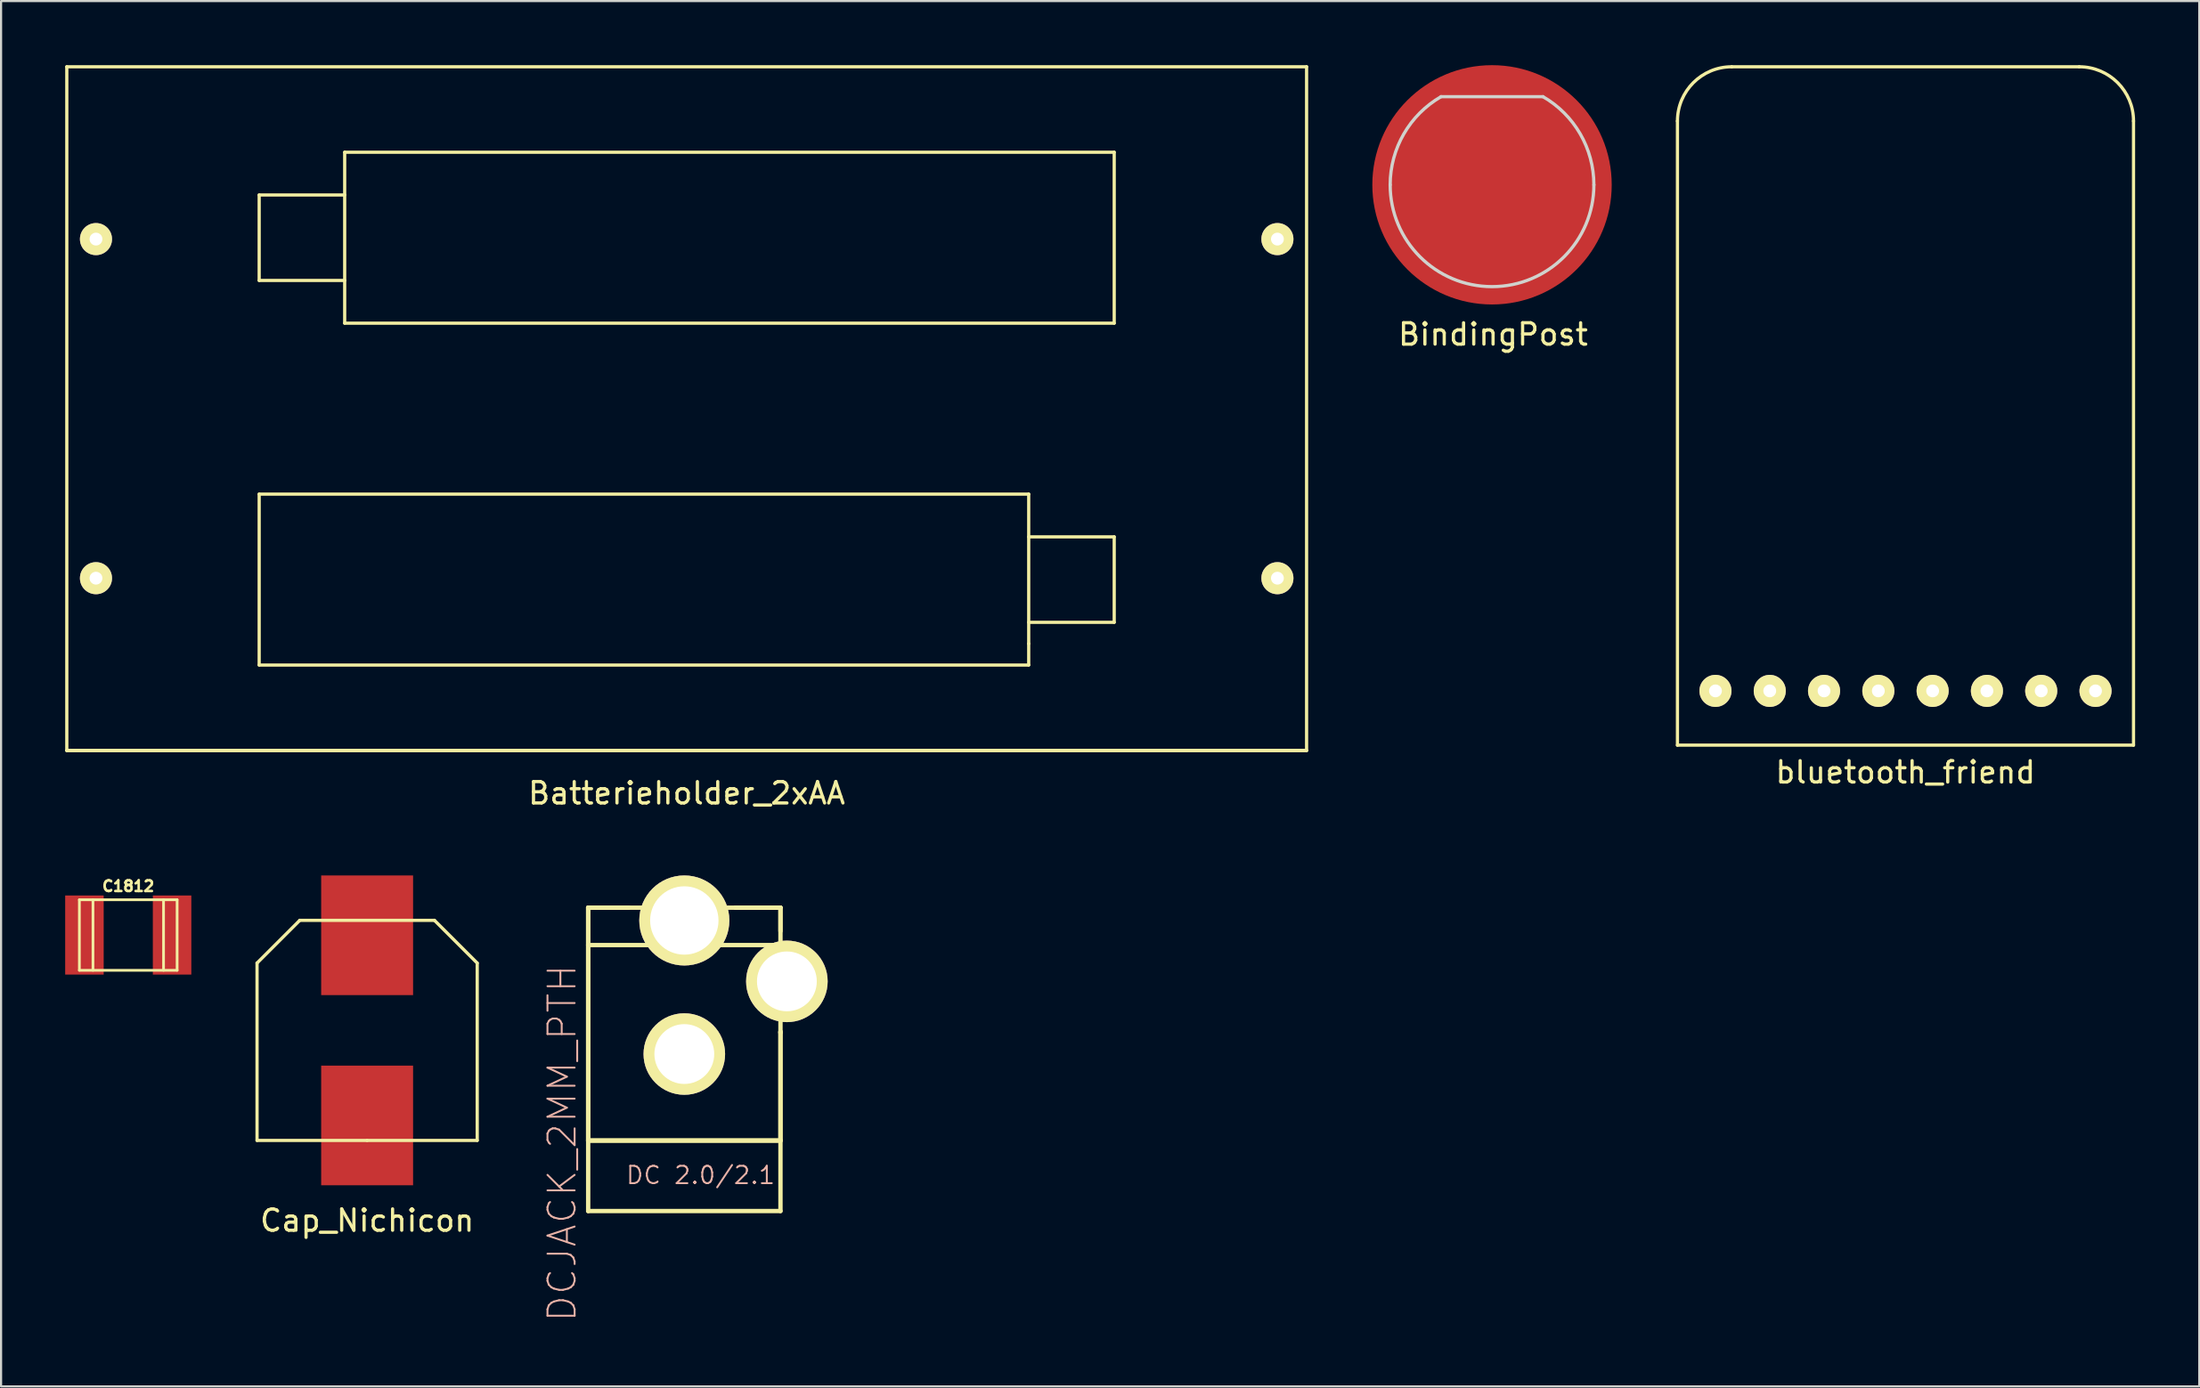
<source format=kicad_pcb>
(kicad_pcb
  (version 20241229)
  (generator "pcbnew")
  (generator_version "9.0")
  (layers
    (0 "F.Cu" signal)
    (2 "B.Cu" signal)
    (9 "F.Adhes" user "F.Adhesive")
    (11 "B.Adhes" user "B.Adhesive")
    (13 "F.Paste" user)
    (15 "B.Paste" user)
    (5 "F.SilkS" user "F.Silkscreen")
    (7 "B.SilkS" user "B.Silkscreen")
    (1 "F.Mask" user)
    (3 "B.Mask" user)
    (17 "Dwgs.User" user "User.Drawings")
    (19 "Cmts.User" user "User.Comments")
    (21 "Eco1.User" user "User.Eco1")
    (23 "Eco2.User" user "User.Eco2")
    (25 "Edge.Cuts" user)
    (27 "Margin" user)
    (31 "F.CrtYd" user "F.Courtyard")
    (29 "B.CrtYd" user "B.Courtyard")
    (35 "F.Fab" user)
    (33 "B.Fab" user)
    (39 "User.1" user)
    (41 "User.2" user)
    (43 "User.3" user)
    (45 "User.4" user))
  (footprint "BindingPost"
    (layer "F.Cu")
    (at 66.75 5.6)
    (property "Reference" "BindingPost" (at 0.05 7 0) (layer "F.SilkS") (effects (font (size 1 1) (thickness 0.15))))
    (attr through_hole)
    (fp_line (start -2.385 -4.125) (end 2.385 -4.125) (stroke (width 0.15) (type solid)) (layer "Edge.Cuts"))
    (fp_arc (start -4.765 0) (mid -4.126611 -2.3825) (end -2.3825 -4.126611) (stroke (width 0.15) (type solid)) (layer "Edge.Cuts"))
    (fp_arc (start 2.3825 -4.126611) (mid 4.126611 -2.3825) (end 4.765 0) (stroke (width 0.15) (type solid)) (layer "Edge.Cuts"))
    (fp_arc (start 4.765 0) (mid 0 4.765) (end -4.765 0) (stroke (width 0.15) (type solid)) (layer "Edge.Cuts"))
    (pad "1" smd circle (at 0 0) (size 11.2 11.2) (layers "F.Cu" "F.Mask" "F.Paste")))
  (footprint "DCJACK_2MM_PTH"
    (layer "F.Cu")
    (at 28.964 53.629)
    (property "Reference" "DCJACK_2MM_PTH" (at -5.715 -3.175 90) (layer "B.SilkS") (effects (font (size 1.27 1.27) (thickness 0.089))))
    (attr exclude_from_pos_files exclude_from_bom)
    (fp_line (start -4.498 -14.199) (end -2.598 -14.199) (stroke (width 0.203) (type solid)) (layer "F.SilkS"))
    (fp_line (start -4.498 -14.199) (end 2.649 -14.199) (stroke (width 0.203) (type solid)) (layer "F.SilkS"))
    (fp_line (start -4.498 -12.449) (end -4.498 -14.199) (stroke (width 0.203) (type solid)) (layer "F.SilkS"))
    (fp_line (start -4.498 -12.449) (end 4.399 -12.449) (stroke (width 0.203) (type solid)) (layer "F.SilkS"))
    (fp_line (start -4.498 -3.299) (end -4.498 -14.199) (stroke (width 0.203) (type solid)) (layer "F.SilkS"))
    (fp_line (start -4.498 -3.299) (end -4.498 -12.449) (stroke (width 0.203) (type solid)) (layer "F.SilkS"))
    (fp_line (start -4.498 -3.299) (end -4.498 0) (stroke (width 0.203) (type solid)) (layer "F.SilkS"))
    (fp_line (start -4.498 -3.299) (end 4.498 -3.299) (stroke (width 0.203) (type solid)) (layer "F.SilkS"))
    (fp_line (start -4.498 -3.299) (end 4.498 -3.299) (stroke (width 0.203) (type solid)) (layer "F.SilkS"))
    (fp_line (start 2.649 -14.199) (end 2.398 -14.199) (stroke (width 0.203) (type solid)) (layer "F.SilkS"))
    (fp_line (start 4.498 -14.199) (end 2.398 -14.199) (stroke (width 0.203) (type solid)) (layer "F.SilkS"))
    (fp_line (start 4.498 -14.199) (end 2.649 -14.199) (stroke (width 0.203) (type solid)) (layer "F.SilkS"))
    (fp_line (start 4.498 -14.199) (end 4.498 -13.099) (stroke (width 0.203) (type solid)) (layer "F.SilkS"))
    (fp_line (start 4.498 -14.199) (end 4.498 -8.349) (stroke (width 0.203) (type solid)) (layer "F.SilkS"))
    (fp_line (start 4.498 -8.349) (end 4.498 -8.4) (stroke (width 0.203) (type solid)) (layer "F.SilkS"))
    (fp_line (start 4.498 -3.299) (end 4.498 -8.4) (stroke (width 0.203) (type solid)) (layer "F.SilkS"))
    (fp_line (start 4.498 -3.299) (end 4.498 -8.349) (stroke (width 0.203) (type solid)) (layer "F.SilkS"))
    (fp_line (start 4.498 0) (end -4.498 0) (stroke (width 0.203) (type solid)) (layer "F.SilkS"))
    (fp_line (start 4.498 0) (end 4.498 -3.299) (stroke (width 0.203) (type solid)) (layer "F.SilkS"))
    (fp_text user "DC 2.0/2.1" (at 0.762 -1.676 0) (layer "B.SilkS") (effects (font (size 0.813 0.813) (thickness 0.089))))
    (pad "GND" thru_hole circle (at 0 -7.348) (size 3.815 3.815) (drill 2.799) (layers "*.Cu" "F.Mask" "F.SilkS" "F.Paste"))
    (pad "GNDB" thru_hole circle (at 4.798 -10.749) (size 3.815 3.815) (drill 2.799) (layers "*.Cu" "F.Mask" "F.SilkS" "F.Paste"))
    (pad "PWR" thru_hole circle (at 0 -13.599) (size 4.214 4.214) (drill 3.198) (layers "*.Cu" "F.Mask" "F.SilkS" "F.Paste")))
  (footprint "Cap_Nichicon"
    (layer "F.Cu")
    (at 14.125 45.173)
    (property "Reference" "Cap_Nichicon" (at 0 8.9 0) (layer "F.SilkS") (effects (font (size 1 1) (thickness 0.15))))
    (attr through_hole)
    (fp_line (start -5.15 -3.15) (end -3.15 -5.15) (stroke (width 0.15) (type solid)) (layer "F.SilkS"))
    (fp_line (start -5.15 5.15) (end -5.15 -3.15) (stroke (width 0.15) (type solid)) (layer "F.SilkS"))
    (fp_line (start -3.15 -5.15) (end 3.15 -5.15) (stroke (width 0.15) (type solid)) (layer "F.SilkS"))
    (fp_line (start 0 5.15) (end -5.15 5.15) (stroke (width 0.15) (type solid)) (layer "F.SilkS"))
    (fp_line (start 3.15 -5.15) (end 5.15 -3.15) (stroke (width 0.15) (type solid)) (layer "F.SilkS"))
    (fp_line (start 5.15 -3.15) (end 5.15 5.15) (stroke (width 0.15) (type solid)) (layer "F.SilkS"))
    (fp_line (start 5.15 5.15) (end 0 5.15) (stroke (width 0.15) (type solid)) (layer "F.SilkS"))
    (pad "1" smd rect (at 0 -4.45) (size 4.3 5.6) (layers "F.Cu" "F.Mask" "F.Paste"))
    (pad "2" smd rect (at 0 4.45) (size 4.3 5.6) (layers "F.Cu" "F.Mask" "F.Paste")))
  (footprint "bluetooth_friend"
    (layer "F.Cu")
    (at 86.093 16.585)
    (property "Reference" "bluetooth_friend" (at 0 16.51 0) (layer "F.SilkS") (effects (font (size 1 1) (thickness 0.15))))
    (attr through_hole)
    (fp_line (start -10.668 -13.97) (end -10.668 15.24) (stroke (width 0.15) (type solid)) (layer "F.SilkS"))
    (fp_line (start 8.128 -16.51) (end -8.128 -16.51) (stroke (width 0.15) (type solid)) (layer "F.SilkS"))
    (fp_line (start 10.668 15.24) (end -10.668 15.24) (stroke (width 0.15) (type solid)) (layer "F.SilkS"))
    (fp_line (start 10.668 15.24) (end 10.668 -13.97) (stroke (width 0.15) (type solid)) (layer "F.SilkS"))
    (fp_arc (start -10.668 -13.97) (mid -9.924051 -15.766051) (end -8.128 -16.51) (stroke (width 0.15) (type solid)) (layer "F.SilkS"))
    (fp_arc (start 8.128 -16.51) (mid 9.924051 -15.766051) (end 10.668 -13.97) (stroke (width 0.15) (type solid)) (layer "F.SilkS"))
    (pad "1" thru_hole circle (at -8.89 12.7) (size 1.5 1.5) (drill 0.6) (layers "*.Cu" "*.Mask" "F.SilkS"))
    (pad "2" thru_hole circle (at -6.35 12.7) (size 1.5 1.5) (drill 0.6) (layers "*.Cu" "*.Mask" "F.SilkS"))
    (pad "3" thru_hole circle (at -3.81 12.7) (size 1.5 1.5) (drill 0.6) (layers "*.Cu" "*.Mask" "F.SilkS"))
    (pad "4" thru_hole circle (at -1.27 12.7) (size 1.5 1.5) (drill 0.6) (layers "*.Cu" "*.Mask" "F.SilkS"))
    (pad "5" thru_hole circle (at 1.27 12.7) (size 1.5 1.5) (drill 0.6) (layers "*.Cu" "*.Mask" "F.SilkS"))
    (pad "6" thru_hole circle (at 3.81 12.7) (size 1.5 1.5) (drill 0.6) (layers "*.Cu" "*.Mask" "F.SilkS"))
    (pad "7" thru_hole circle (at 6.35 12.7) (size 1.5 1.5) (drill 0.6) (layers "*.Cu" "*.Mask" "F.SilkS"))
    (pad "8" thru_hole circle (at 8.89 12.7) (size 1.5 1.5) (drill 0.6) (layers "*.Cu" "*.Mask" "F.SilkS")))
  (footprint "Batterieholder_2xAA"
    (layer "F.Cu")
    (at 29.075 16.075)
    (property "Reference" "Batterieholder_2xAA" (at 0 18 0) (layer "F.SilkS") (effects (font (size 1 1) (thickness 0.15))))
    (attr through_hole)
    (fp_line (start -29 16) (end -29 -16) (stroke (width 0.15) (type solid)) (layer "F.SilkS"))
    (fp_line (start -29 16) (end 29 16) (stroke (width 0.15) (type solid)) (layer "F.SilkS"))
    (fp_line (start -20 -10) (end -20 -6) (stroke (width 0.15) (type solid)) (layer "F.SilkS"))
    (fp_line (start -20 -10) (end -16 -10) (stroke (width 0.15) (type solid)) (layer "F.SilkS"))
    (fp_line (start -20 -6) (end -16 -6) (stroke (width 0.15) (type solid)) (layer "F.SilkS"))
    (fp_line (start -20 4) (end 16 4) (stroke (width 0.15) (type solid)) (layer "F.SilkS"))
    (fp_line (start -20 12) (end -20 4) (stroke (width 0.15) (type solid)) (layer "F.SilkS"))
    (fp_line (start -16 -12) (end -16 -4) (stroke (width 0.15) (type solid)) (layer "F.SilkS"))
    (fp_line (start -16 -4) (end 20 -4) (stroke (width 0.15) (type solid)) (layer "F.SilkS"))
    (fp_line (start 16 4) (end 16 11) (stroke (width 0.15) (type solid)) (layer "F.SilkS"))
    (fp_line (start 16 6) (end 20 6) (stroke (width 0.15) (type solid)) (layer "F.SilkS"))
    (fp_line (start 16 10) (end 20 10) (stroke (width 0.15) (type solid)) (layer "F.SilkS"))
    (fp_line (start 16 11) (end 16 12) (stroke (width 0.15) (type solid)) (layer "F.SilkS"))
    (fp_line (start 16 12) (end -20 12) (stroke (width 0.15) (type solid)) (layer "F.SilkS"))
    (fp_line (start 20 -12) (end -16 -12) (stroke (width 0.15) (type solid)) (layer "F.SilkS"))
    (fp_line (start 20 -4) (end 20 -12) (stroke (width 0.15) (type solid)) (layer "F.SilkS"))
    (fp_line (start 20 6) (end 20 10) (stroke (width 0.15) (type solid)) (layer "F.SilkS"))
    (fp_line (start 29 -16) (end -29 -16) (stroke (width 0.15) (type solid)) (layer "F.SilkS"))
    (fp_line (start 29 16) (end -29 16) (stroke (width 0.15) (type solid)) (layer "F.SilkS"))
    (fp_line (start 29 16) (end 29 -16) (stroke (width 0.15) (type solid)) (layer "F.SilkS"))
    (pad "1" thru_hole circle (at 27.635 -7.935) (size 1.5 1.5) (drill 0.6) (layers "*.Cu" "*.Mask" "F.SilkS"))
    (pad "2" thru_hole circle (at -27.635 -7.935) (size 1.5 1.5) (drill 0.6) (layers "*.Cu" "*.Mask" "F.SilkS"))
    (pad "3" thru_hole circle (at -27.635 7.935) (size 1.5 1.5) (drill 0.6) (layers "*.Cu" "*.Mask" "F.SilkS"))
    (pad "4" thru_hole circle (at 27.635 7.935) (size 1.5 1.5) (drill 0.6) (layers "*.Cu" "*.Mask" "F.SilkS")))
  (footprint "C1812"
    (layer "F.Cu")
    (at 2.95 40.711)
    (property "Reference" "C1812" (at 0 -2.286 0) (layer "F.SilkS") (effects (font (size 0.5 0.5) (thickness 0.119))))
    (attr through_hole)
    (fp_line (start -2.286 -1.651) (end -2.286 1.651) (stroke (width 0.127) (type solid)) (layer "F.SilkS"))
    (fp_line (start -2.286 1.651) (end 2.286 1.651) (stroke (width 0.127) (type solid)) (layer "F.SilkS"))
    (fp_line (start -1.651 -1.651) (end -1.651 1.651) (stroke (width 0.127) (type solid)) (layer "F.SilkS"))
    (fp_line (start 1.651 -1.651) (end 1.651 1.651) (stroke (width 0.127) (type solid)) (layer "F.SilkS"))
    (fp_line (start 2.286 -1.651) (end -2.286 -1.651) (stroke (width 0.127) (type solid)) (layer "F.SilkS"))
    (fp_line (start 2.286 1.651) (end 2.286 -1.651) (stroke (width 0.127) (type solid)) (layer "F.SilkS"))
    (pad "1" smd rect (at 2.05 0) (size 1.801 3.701) (layers "F.Cu" "F.Mask" "F.Paste"))
    (pad "2" smd rect (at -2.05 0) (size 1.801 3.701) (layers "F.Cu" "F.Mask" "F.Paste")))
  (gr_rect
    (start -3 -3)
    (end 99.836 61.837)
    (stroke (width 0.1) (type default))
    (fill no)
    (layer "Edge.Cuts")))
</source>
